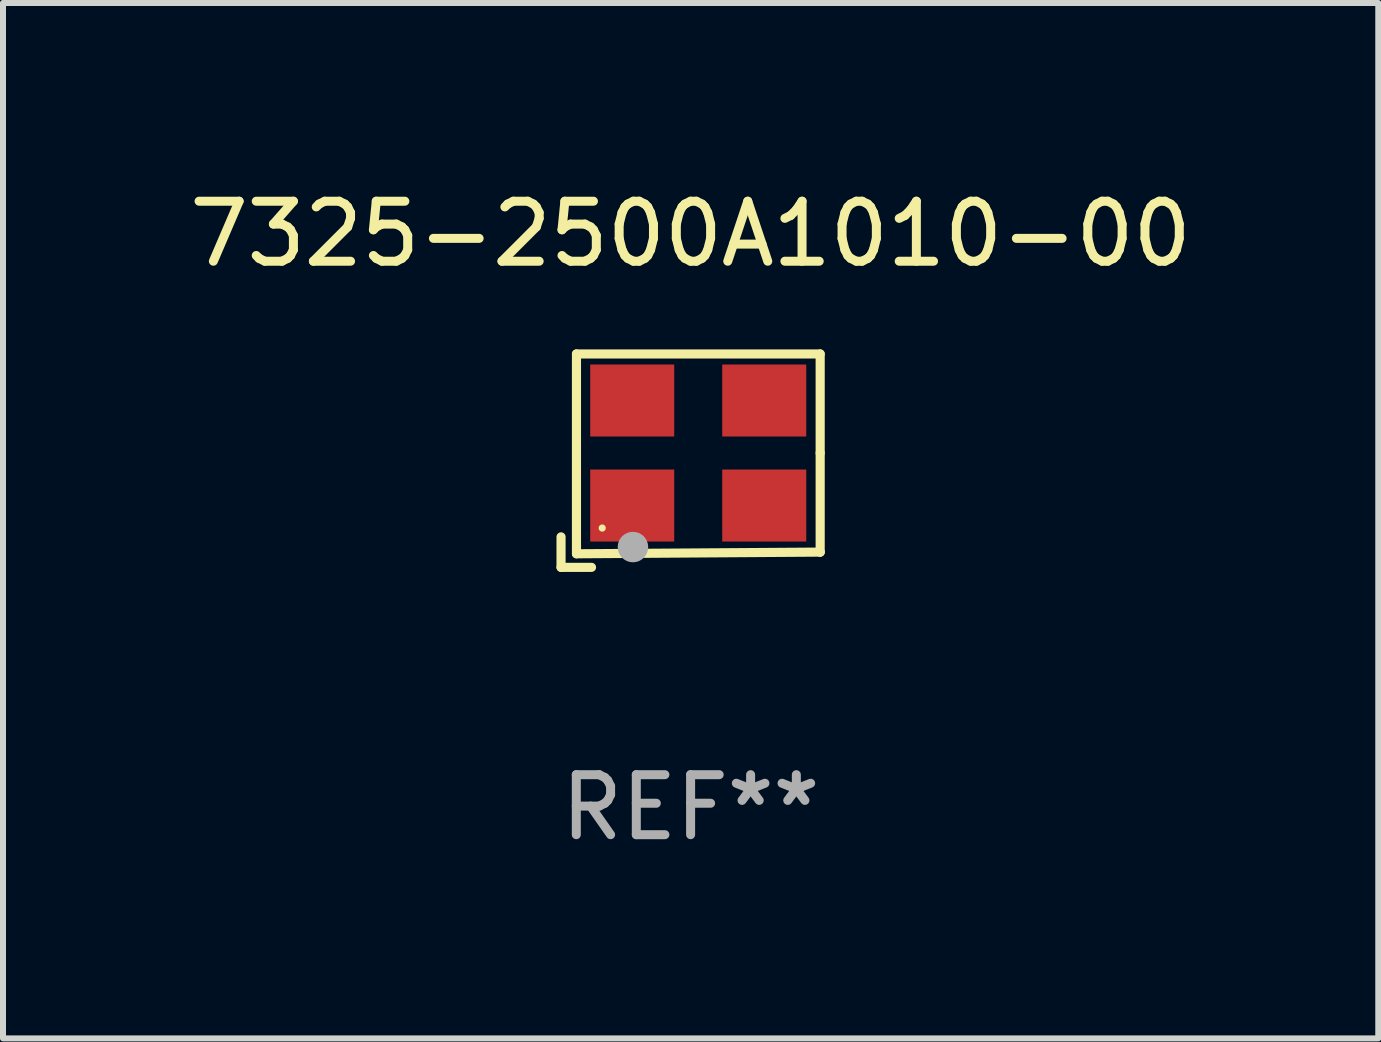
<source format=kicad_pcb>
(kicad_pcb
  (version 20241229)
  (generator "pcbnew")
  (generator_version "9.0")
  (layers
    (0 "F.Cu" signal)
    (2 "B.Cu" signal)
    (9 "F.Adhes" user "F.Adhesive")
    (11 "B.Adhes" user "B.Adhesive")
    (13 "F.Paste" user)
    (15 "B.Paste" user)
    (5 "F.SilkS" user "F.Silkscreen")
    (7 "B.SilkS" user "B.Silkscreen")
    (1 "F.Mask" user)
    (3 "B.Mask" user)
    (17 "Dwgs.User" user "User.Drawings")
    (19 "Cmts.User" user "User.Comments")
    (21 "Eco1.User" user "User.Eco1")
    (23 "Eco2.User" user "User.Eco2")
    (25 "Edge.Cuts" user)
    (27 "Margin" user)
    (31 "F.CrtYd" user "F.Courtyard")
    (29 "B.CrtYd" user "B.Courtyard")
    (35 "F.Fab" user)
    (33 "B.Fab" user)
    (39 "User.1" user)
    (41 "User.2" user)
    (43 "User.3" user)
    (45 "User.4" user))
  (footprint "7325-2500A1010-00"
    (layer "F.Cu")
    (at 8.458 4.626)
    (property "Reference" "7325-2500A1010-00" (at 0 -3.778 0) (layer "F.SilkS") (effects (font (size 1 1) (thickness 0.15))))
    (attr through_hole)
    (fp_line (start -2.159 1.27) (end -2.159 1.778) (stroke (width 0.152) (type solid)) (layer "F.SilkS"))
    (fp_line (start -2.159 1.778) (end -1.651 1.778) (stroke (width 0.152) (type solid)) (layer "F.SilkS"))
    (fp_line (start -1.902 -1.778) (end 2.159 -1.778) (stroke (width 0.152) (type solid)) (layer "F.SilkS"))
    (fp_line (start -1.902 1.552) (end -1.902 -1.778) (stroke (width 0.152) (type solid)) (layer "F.SilkS"))
    (fp_line (start 2.159 -1.778) (end 2.159 -0.127) (stroke (width 0.152) (type solid)) (layer "F.SilkS"))
    (fp_line (start 2.159 -0.127) (end 2.159 1.524) (stroke (width 0.152) (type solid)) (layer "F.SilkS"))
    (fp_line (start 2.159 1.524) (end -1.902 1.552) (stroke (width 0.152) (type solid)) (layer "F.SilkS"))
    (fp_line (start 2.159 1.524) (end 2.159 1.524) (stroke (width 0.152) (type solid)) (layer "F.SilkS"))
    (fp_circle (center -1.473 1.123) (end -1.443 1.123) (stroke (width 0.06) (type solid)) (fill no) (layer "F.SilkS"))
    (fp_circle (center -0.961 1.44) (end -0.834 1.44) (stroke (width 0.254) (type solid)) (fill no) (layer "F.Fab"))
    (fp_text user "REF**" (at 0 5.778 0) (layer "F.Fab") (effects (font (size 1 1) (thickness 0.15))))
    (pad "1" smd rect (at -0.973 0.748) (size 1.4 1.2) (layers "F.Cu" "F.Mask" "F.Paste"))
    (pad "2" smd rect (at 1.227 0.748) (size 1.4 1.2) (layers "F.Cu" "F.Mask" "F.Paste"))
    (pad "3" smd rect (at 1.227 -1.002) (size 1.4 1.2) (layers "F.Cu" "F.Mask" "F.Paste"))
    (pad "4" smd rect (at -0.973 -1.002) (size 1.4 1.2) (layers "F.Cu" "F.Mask" "F.Paste")))
  (gr_rect
    (start -3 -3)
    (end 19.917 14.253)
    (stroke (width 0.1) (type default))
    (fill no)
    (layer "Edge.Cuts")))
</source>
